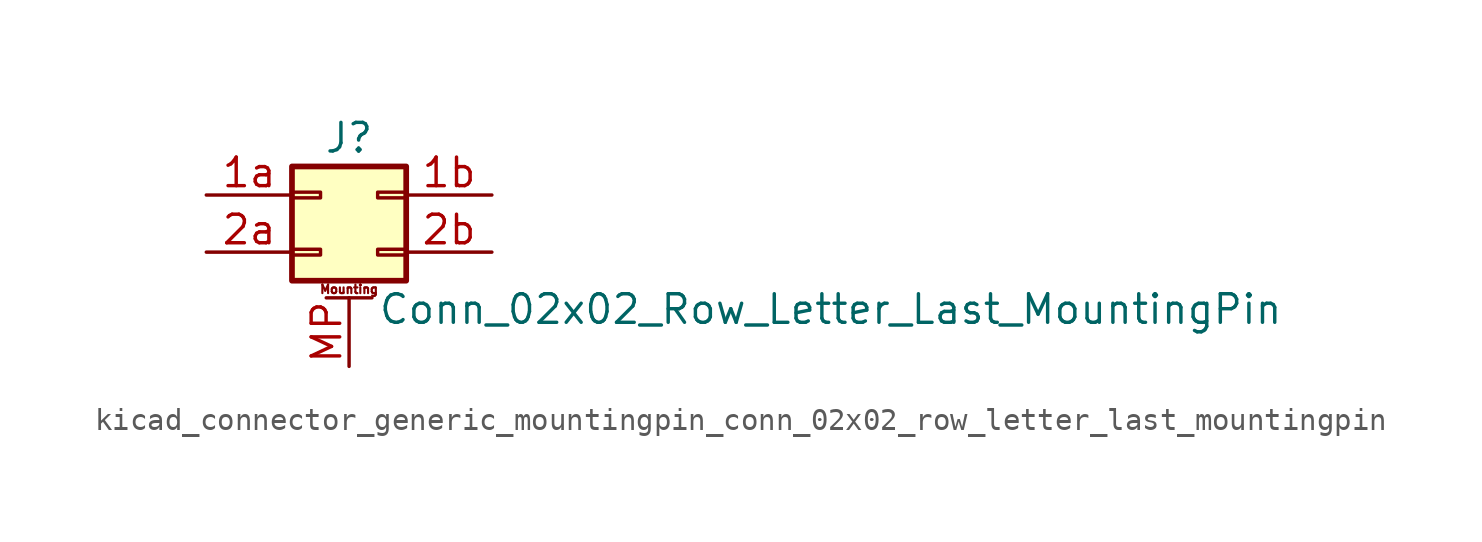
<source format=kicad_sym>
(kicad_symbol_lib
  (version 20220914)
  (generator kicad_symbol_editor)
  (symbol "kicad_connector_generic_mountingpin_conn_02x02_row_letter_last_mountingpin"
    (pin_names
      (offset 1.016) hide)
    (property "Reference" "J"
      (at 1.27 2.54 0)
      (effects (font (size 1.27 1.27))))
    (property "Value" "Conn_02x02_Row_Letter_Last_MountingPin"
      (at 2.54 -5.08 0)
      (effects (font (size 1.27 1.27)) (justify left)))
    (symbol "kicad_connector_generic_mountingpin_conn_02x02_row_letter_last_mountingpin_1_1"
      (rectangle (start -1.27 -2.413) (end 0 -2.667) (stroke (width 0.152) (type default)) (fill (type none)))
      (rectangle (start -1.27 0.127) (end 0 -0.127) (stroke (width 0.152) (type default)) (fill (type none)))
      (rectangle (start -1.27 1.27) (end 3.81 -3.81) (stroke (width 0.254) (type default)) (fill (type background)))
      (polyline (pts (xy 0.254 -4.572) (xy 2.286 -4.572)) (stroke (width 0.152) (type default)) (fill (type none)))
      (rectangle (start 3.81 -2.413) (end 2.54 -2.667) (stroke (width 0.152) (type default)) (fill (type none)))
      (rectangle (start 3.81 0.127) (end 2.54 -0.127) (stroke (width 0.152) (type default)) (fill (type none)))
      (text "Mounting" (at 1.27 -4.191 0) (effects (font (size 0.381 0.381))))
      (pin passive line (at -5.08 0 0) (length 3.81) (name "Pin_1a" (effects (font (size 1.27 1.27)))) (number "1a" (effects (font (size 1.27 1.27)))))
      (pin passive line (at 7.62 0 180) (length 3.81) (name "Pin_1b" (effects (font (size 1.27 1.27)))) (number "1b" (effects (font (size 1.27 1.27)))))
      (pin passive line (at -5.08 -2.54 0) (length 3.81) (name "Pin_2a" (effects (font (size 1.27 1.27)))) (number "2a" (effects (font (size 1.27 1.27)))))
      (pin passive line (at 7.62 -2.54 180) (length 3.81) (name "Pin_2b" (effects (font (size 1.27 1.27)))) (number "2b" (effects (font (size 1.27 1.27)))))
      (pin passive line (at 1.27 -7.62 90) (length 3.048) (name "MountPin" (effects (font (size 1.27 1.27)))) (number "MP" (effects (font (size 1.27 1.27))))))))
</source>
